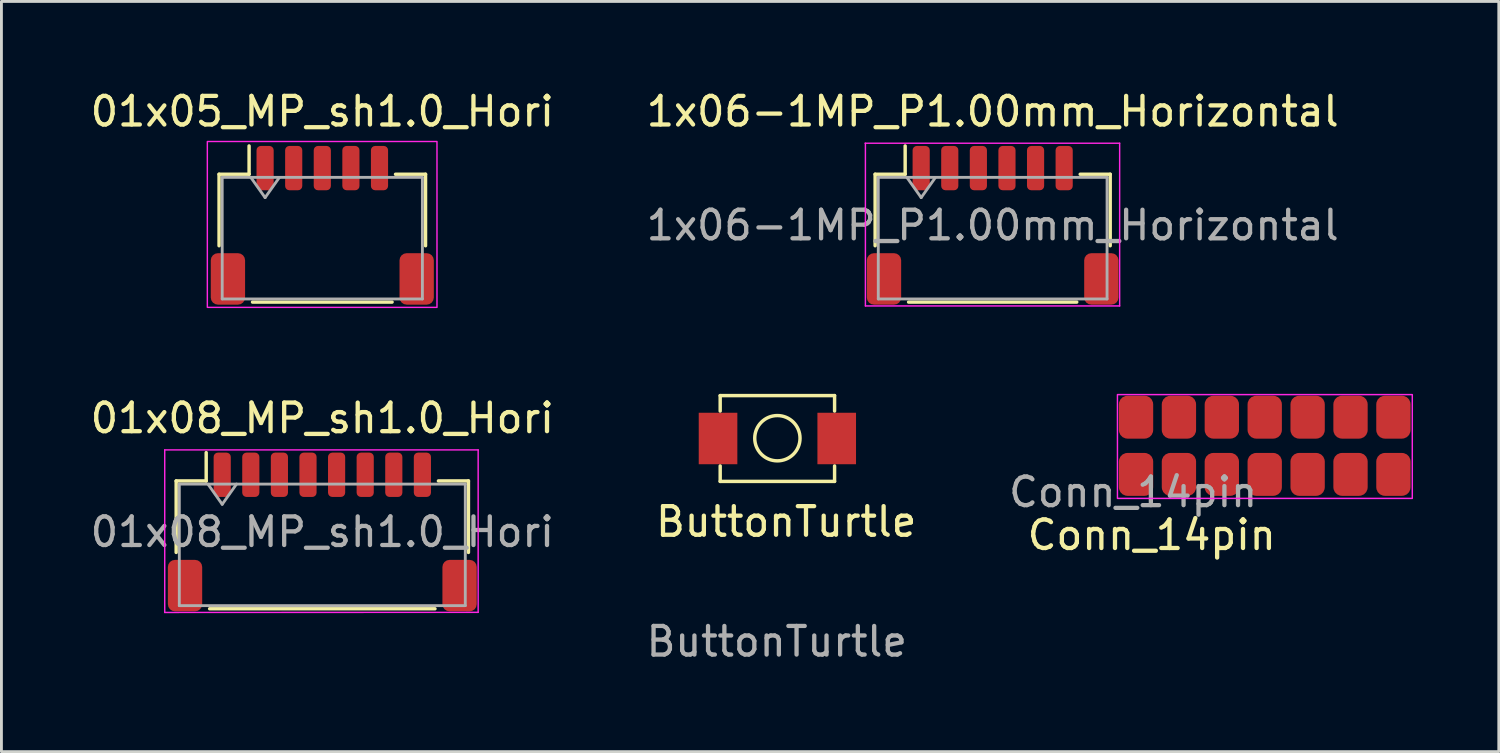
<source format=kicad_pcb>
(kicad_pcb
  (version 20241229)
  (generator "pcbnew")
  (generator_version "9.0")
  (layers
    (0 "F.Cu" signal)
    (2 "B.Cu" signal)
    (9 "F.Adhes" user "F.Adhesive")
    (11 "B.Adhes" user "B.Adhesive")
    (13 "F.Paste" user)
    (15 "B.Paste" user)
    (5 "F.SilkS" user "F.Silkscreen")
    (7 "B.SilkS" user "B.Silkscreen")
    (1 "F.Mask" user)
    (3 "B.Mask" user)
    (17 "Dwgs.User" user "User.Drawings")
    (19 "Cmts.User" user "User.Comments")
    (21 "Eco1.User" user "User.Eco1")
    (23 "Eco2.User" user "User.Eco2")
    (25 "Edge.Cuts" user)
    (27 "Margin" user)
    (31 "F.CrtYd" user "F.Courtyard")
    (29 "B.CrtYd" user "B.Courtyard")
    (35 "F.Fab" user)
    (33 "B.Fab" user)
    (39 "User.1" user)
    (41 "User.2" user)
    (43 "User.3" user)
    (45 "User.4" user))
  (footprint "01x05_MP_sh1.0_Hori"
    (layer "F.Cu")
    (at 8.22 4.828)
    (property "Reference" "01x05_MP_sh1.0_Hori" (at 0 -3.98 0) (layer "F.SilkS") (effects (font (size 1 1) (thickness 0.15))))
    (attr smd)
    (fp_line (start -3.61 -1.785) (end -2.56 -1.785) (stroke (width 0.12) (type solid)) (layer "F.SilkS"))
    (fp_line (start -3.61 0.715) (end -3.61 -1.785) (stroke (width 0.12) (type solid)) (layer "F.SilkS"))
    (fp_line (start -2.56 -1.785) (end -2.56 -2.775) (stroke (width 0.12) (type solid)) (layer "F.SilkS"))
    (fp_line (start -2.44 2.685) (end 2.44 2.685) (stroke (width 0.12) (type solid)) (layer "F.SilkS"))
    (fp_line (start 3.61 -1.785) (end 2.56 -1.785) (stroke (width 0.12) (type solid)) (layer "F.SilkS"))
    (fp_line (start 3.61 0.715) (end 3.61 -1.785) (stroke (width 0.12) (type solid)) (layer "F.SilkS"))
    (fp_rect (start -4.02 -2.93) (end 4.01 2.87) (stroke (width 0.05) (type default)) (fill no) (layer "F.CrtYd"))
    (fp_line (start -3.5 -1.675) (end -3.5 2.575) (stroke (width 0.1) (type solid)) (layer "F.Fab"))
    (fp_line (start -3.5 -1.675) (end 3.5 -1.675) (stroke (width 0.1) (type solid)) (layer "F.Fab"))
    (fp_line (start -3.5 2.575) (end 3.5 2.575) (stroke (width 0.1) (type solid)) (layer "F.Fab"))
    (fp_line (start -2.5 -1.675) (end -2 -0.968) (stroke (width 0.1) (type solid)) (layer "F.Fab"))
    (fp_line (start -2 -0.968) (end -1.5 -1.675) (stroke (width 0.1) (type solid)) (layer "F.Fab"))
    (fp_line (start 3.5 -1.675) (end 3.5 2.575) (stroke (width 0.1) (type solid)) (layer "F.Fab"))
    (pad "1" smd roundrect (at -2 -2) (size 0.6 1.55) (layers "F.Cu" "F.Mask" "F.Paste") (roundrect_rratio 0.25))
    (pad "2" smd roundrect (at -1 -2) (size 0.6 1.55) (layers "F.Cu" "F.Mask" "F.Paste") (roundrect_rratio 0.25))
    (pad "3" smd roundrect (at 0 -2) (size 0.6 1.55) (layers "F.Cu" "F.Mask" "F.Paste") (roundrect_rratio 0.25))
    (pad "4" smd roundrect (at 1 -2) (size 0.6 1.55) (layers "F.Cu" "F.Mask" "F.Paste") (roundrect_rratio 0.25))
    (pad "5" smd roundrect (at 2 -2) (size 0.6 1.55) (layers "F.Cu" "F.Mask" "F.Paste") (roundrect_rratio 0.25))
    (pad "MP" smd roundrect (at -3.3 1.875) (size 1.2 1.8) (layers "F.Cu" "F.Mask" "F.Paste") (roundrect_rratio 0.208))
    (pad "MP" smd roundrect (at 3.3 1.875) (size 1.2 1.8) (layers "F.Cu" "F.Mask" "F.Paste") (roundrect_rratio 0.208)))
  (footprint "Conn_14pin"
    (layer "F.Cu")
    (at 40.174 12.458)
    (property "Reference" "Conn_14pin" (at -2.95 3.2 0) (unlocked yes) (layer "F.SilkS") (effects (font (size 1 1) (thickness 0.15))))
    (attr smd)
    (fp_rect (start -4.15 -1.71) (end 6.16 1.92) (stroke (width 0.05) (type solid)) (fill no) (layer "F.CrtYd"))
    (fp_text user "${REFERENCE}" (at -3.6 1.7 0) (unlocked yes) (layer "F.Fab") (effects (font (size 1 1) (thickness 0.15))))
    (pad "1" smd roundrect (at -3.5 -0.92) (size 1.2 1.5) (layers "F.Cu" "F.Mask" "F.Paste") (roundrect_rratio 0.25))
    (pad "2" smd roundrect (at -2 -0.92) (size 1.2 1.5) (layers "F.Cu" "F.Mask" "F.Paste") (roundrect_rratio 0.25))
    (pad "3" smd roundrect (at -0.5 -0.92) (size 1.2 1.5) (layers "F.Cu" "F.Mask" "F.Paste") (roundrect_rratio 0.25))
    (pad "4" smd roundrect (at 1 -0.92) (size 1.2 1.5) (layers "F.Cu" "F.Mask" "F.Paste") (roundrect_rratio 0.25))
    (pad "5" smd roundrect (at 2.5 -0.92) (size 1.2 1.5) (layers "F.Cu" "F.Mask" "F.Paste") (roundrect_rratio 0.25))
    (pad "6" smd roundrect (at 4 -0.92) (size 1.2 1.5) (layers "F.Cu" "F.Mask" "F.Paste") (roundrect_rratio 0.25))
    (pad "7" smd roundrect (at 5.5 -0.92) (size 1.2 1.5) (layers "F.Cu" "F.Mask" "F.Paste") (roundrect_rratio 0.25))
    (pad "8" smd roundrect (at -3.5 1.08) (size 1.2 1.5) (layers "F.Cu" "F.Mask" "F.Paste") (roundrect_rratio 0.25))
    (pad "9" smd roundrect (at -2 1.08) (size 1.2 1.5) (layers "F.Cu" "F.Mask" "F.Paste") (roundrect_rratio 0.25))
    (pad "10" smd roundrect (at -0.5 1.08) (size 1.2 1.5) (layers "F.Cu" "F.Mask" "F.Paste") (roundrect_rratio 0.25))
    (pad "11" smd roundrect (at 1 1.08) (size 1.2 1.5) (layers "F.Cu" "F.Mask" "F.Paste") (roundrect_rratio 0.25))
    (pad "12" smd roundrect (at 2.5 1.08) (size 1.2 1.5) (layers "F.Cu" "F.Mask" "F.Paste") (roundrect_rratio 0.25))
    (pad "13" smd roundrect (at 4 1.08) (size 1.2 1.5) (layers "F.Cu" "F.Mask" "F.Paste") (roundrect_rratio 0.25))
    (pad "14" smd roundrect (at 5.5 1.08) (size 1.2 1.5) (layers "F.Cu" "F.Mask" "F.Paste") (roundrect_rratio 0.25)))
  (footprint "ButtonTurtle"
    (layer "F.Cu")
    (at 24.133 12.283)
    (property "Reference" "ButtonTurtle" (at 0.31 2.91 0) (unlocked yes) (layer "F.SilkS") (effects (font (size 1 1) (thickness 0.15))))
    (attr smd)
    (fp_line (start -2 -1.5) (end -2 -0.96) (stroke (width 0.12) (type solid)) (layer "F.SilkS"))
    (fp_line (start -2 -1.5) (end 2 -1.5) (stroke (width 0.12) (type solid)) (layer "F.SilkS"))
    (fp_line (start -2 1.5) (end -2 0.96) (stroke (width 0.12) (type solid)) (layer "F.SilkS"))
    (fp_line (start -2 1.5) (end 2 1.5) (stroke (width 0.12) (type solid)) (layer "F.SilkS"))
    (fp_line (start 2 -1.5) (end 2 -0.96) (stroke (width 0.12) (type solid)) (layer "F.SilkS"))
    (fp_line (start 2 1.5) (end 2 0.96) (stroke (width 0.12) (type solid)) (layer "F.SilkS"))
    (fp_circle (center 0 -0.01) (end 0.56 0.55) (stroke (width 0.12) (type solid)) (fill no) (layer "F.SilkS"))
    (fp_text user "${REFERENCE}" (at -0.02 7.1 0) (unlocked yes) (layer "F.Fab") (effects (font (size 1 1) (thickness 0.15))))
    (pad "1" smd rect (at -2.075 0) (size 1.35 1.8) (layers "F.Cu" "F.Mask" "F.Paste"))
    (pad "2" smd rect (at 2.075 0) (size 1.35 1.8) (layers "F.Cu" "F.Mask" "F.Paste")))
  (footprint "01x08_MP_sh1.0_Hori"
    (layer "F.Cu")
    (at 8.22 15.552)
    (property "Reference" "01x08_MP_sh1.0_Hori" (at 0 -3.98 180) (layer "F.SilkS") (effects (font (size 1 1) (thickness 0.15))))
    (attr smd)
    (fp_line (start -5.11 -1.785) (end -4.06 -1.785) (stroke (width 0.12) (type solid)) (layer "F.SilkS"))
    (fp_line (start -5.11 0.715) (end -5.11 -1.785) (stroke (width 0.12) (type solid)) (layer "F.SilkS"))
    (fp_line (start -4.06 -1.785) (end -4.06 -2.775) (stroke (width 0.12) (type solid)) (layer "F.SilkS"))
    (fp_line (start -3.94 2.685) (end 3.94 2.685) (stroke (width 0.12) (type solid)) (layer "F.SilkS"))
    (fp_line (start 5.11 -1.785) (end 4.06 -1.785) (stroke (width 0.12) (type solid)) (layer "F.SilkS"))
    (fp_line (start 5.11 0.715) (end 5.11 -1.785) (stroke (width 0.12) (type solid)) (layer "F.SilkS"))
    (fp_line (start -5.51 -2.87) (end -5.51 2.814) (stroke (width 0.05) (type solid)) (layer "F.CrtYd"))
    (fp_line (start -5.51 2.814) (end 5.45 2.81) (stroke (width 0.05) (type solid)) (layer "F.CrtYd"))
    (fp_line (start 5.45 -2.87) (end -5.51 -2.87) (stroke (width 0.05) (type solid)) (layer "F.CrtYd"))
    (fp_line (start 5.45 2.81) (end 5.45 -2.87) (stroke (width 0.05) (type solid)) (layer "F.CrtYd"))
    (fp_line (start -5 -1.675) (end -5 2.575) (stroke (width 0.1) (type solid)) (layer "F.Fab"))
    (fp_line (start -5 -1.675) (end 5 -1.675) (stroke (width 0.1) (type solid)) (layer "F.Fab"))
    (fp_line (start -5 2.575) (end 5 2.575) (stroke (width 0.1) (type solid)) (layer "F.Fab"))
    (fp_line (start -4 -1.675) (end -3.5 -0.968) (stroke (width 0.1) (type solid)) (layer "F.Fab"))
    (fp_line (start -3.5 -0.968) (end -3 -1.675) (stroke (width 0.1) (type solid)) (layer "F.Fab"))
    (fp_line (start 5 -1.675) (end 5 2.575) (stroke (width 0.1) (type solid)) (layer "F.Fab"))
    (fp_text user "${REFERENCE}" (at 0 0 180) (layer "F.Fab") (effects (font (size 1 1) (thickness 0.15))))
    (pad "1" smd roundrect (at -3.5 -2) (size 0.6 1.55) (layers "F.Cu" "F.Mask" "F.Paste") (roundrect_rratio 0.25))
    (pad "2" smd roundrect (at -2.5 -2) (size 0.6 1.55) (layers "F.Cu" "F.Mask" "F.Paste") (roundrect_rratio 0.25))
    (pad "3" smd roundrect (at -1.5 -2) (size 0.6 1.55) (layers "F.Cu" "F.Mask" "F.Paste") (roundrect_rratio 0.25))
    (pad "4" smd roundrect (at -0.5 -2) (size 0.6 1.55) (layers "F.Cu" "F.Mask" "F.Paste") (roundrect_rratio 0.25))
    (pad "5" smd roundrect (at 0.5 -2) (size 0.6 1.55) (layers "F.Cu" "F.Mask" "F.Paste") (roundrect_rratio 0.25))
    (pad "6" smd roundrect (at 1.5 -2) (size 0.6 1.55) (layers "F.Cu" "F.Mask" "F.Paste") (roundrect_rratio 0.25))
    (pad "7" smd roundrect (at 2.5 -2) (size 0.6 1.55) (layers "F.Cu" "F.Mask" "F.Paste") (roundrect_rratio 0.25))
    (pad "8" smd roundrect (at 3.5 -2) (size 0.6 1.55) (layers "F.Cu" "F.Mask" "F.Paste") (roundrect_rratio 0.25))
    (pad "MP" smd roundrect (at -4.8 1.875) (size 1.2 1.8) (layers "F.Cu" "F.Mask" "F.Paste") (roundrect_rratio 0.208))
    (pad "MP" smd roundrect (at 4.8 1.875) (size 1.2 1.8) (layers "F.Cu" "F.Mask" "F.Paste") (roundrect_rratio 0.208)))
  (footprint "1x06-1MP_P1.00mm_Horizontal"
    (layer "F.Cu")
    (at 31.661 4.828)
    (property "Reference" "1x06-1MP_P1.00mm_Horizontal" (at 0 -3.98 180) (layer "F.SilkS") (effects (font (size 1 1) (thickness 0.15))))
    (attr smd)
    (fp_line (start -4.11 -1.785) (end -3.06 -1.785) (stroke (width 0.12) (type solid)) (layer "F.SilkS"))
    (fp_line (start -4.11 0.715) (end -4.11 -1.785) (stroke (width 0.12) (type solid)) (layer "F.SilkS"))
    (fp_line (start -3.06 -1.785) (end -3.06 -2.775) (stroke (width 0.12) (type solid)) (layer "F.SilkS"))
    (fp_line (start -2.94 2.685) (end 2.94 2.685) (stroke (width 0.12) (type solid)) (layer "F.SilkS"))
    (fp_line (start 4.11 -1.785) (end 3.06 -1.785) (stroke (width 0.12) (type solid)) (layer "F.SilkS"))
    (fp_line (start 4.11 0.715) (end 4.11 -1.785) (stroke (width 0.12) (type solid)) (layer "F.SilkS"))
    (fp_line (start -4.45 -2.87) (end -4.45 2.82) (stroke (width 0.05) (type solid)) (layer "F.CrtYd"))
    (fp_line (start -4.45 2.82) (end 4.44 2.82) (stroke (width 0.05) (type solid)) (layer "F.CrtYd"))
    (fp_line (start 4.44 -2.87) (end -4.46 -2.87) (stroke (width 0.05) (type solid)) (layer "F.CrtYd"))
    (fp_line (start 4.44 2.82) (end 4.44 -2.87) (stroke (width 0.05) (type solid)) (layer "F.CrtYd"))
    (fp_line (start -4 -1.675) (end -4 2.575) (stroke (width 0.1) (type solid)) (layer "F.Fab"))
    (fp_line (start -4 -1.675) (end 4 -1.675) (stroke (width 0.1) (type solid)) (layer "F.Fab"))
    (fp_line (start -4 2.575) (end 4 2.575) (stroke (width 0.1) (type solid)) (layer "F.Fab"))
    (fp_line (start -3 -1.675) (end -2.5 -0.968) (stroke (width 0.1) (type solid)) (layer "F.Fab"))
    (fp_line (start -2.5 -0.968) (end -2 -1.675) (stroke (width 0.1) (type solid)) (layer "F.Fab"))
    (fp_line (start 4 -1.675) (end 4 2.575) (stroke (width 0.1) (type solid)) (layer "F.Fab"))
    (fp_text user "${REFERENCE}" (at 0 0 180) (layer "F.Fab") (effects (font (size 1 1) (thickness 0.15))))
    (pad "1" smd roundrect (at -2.5 -2) (size 0.6 1.55) (layers "F.Cu" "F.Mask" "F.Paste") (roundrect_rratio 0.25))
    (pad "2" smd roundrect (at -1.5 -2) (size 0.6 1.55) (layers "F.Cu" "F.Mask" "F.Paste") (roundrect_rratio 0.25))
    (pad "3" smd roundrect (at -0.5 -2) (size 0.6 1.55) (layers "F.Cu" "F.Mask" "F.Paste") (roundrect_rratio 0.25))
    (pad "4" smd roundrect (at 0.5 -2) (size 0.6 1.55) (layers "F.Cu" "F.Mask" "F.Paste") (roundrect_rratio 0.25))
    (pad "5" smd roundrect (at 1.5 -2) (size 0.6 1.55) (layers "F.Cu" "F.Mask" "F.Paste") (roundrect_rratio 0.25))
    (pad "6" smd roundrect (at 2.5 -2) (size 0.6 1.55) (layers "F.Cu" "F.Mask" "F.Paste") (roundrect_rratio 0.25))
    (pad "MP" smd roundrect (at -3.8 1.875) (size 1.2 1.8) (layers "F.Cu" "F.Mask" "F.Paste") (roundrect_rratio 0.208))
    (pad "MP" smd roundrect (at 3.8 1.875) (size 1.2 1.8) (layers "F.Cu" "F.Mask" "F.Paste") (roundrect_rratio 0.208)))
  (gr_rect
    (start -3 -3)
    (end 49.359 23.232)
    (stroke (width 0.1) (type default))
    (fill no)
    (layer "Edge.Cuts")))
</source>
